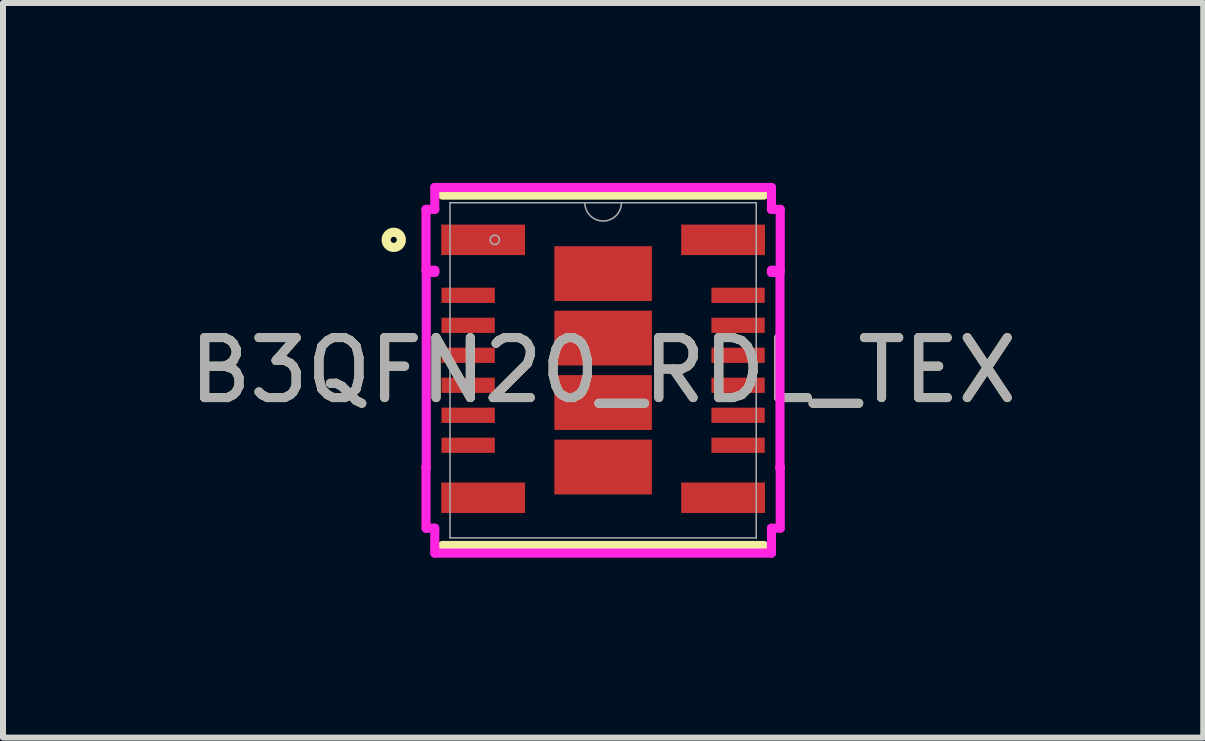
<source format=kicad_pcb>
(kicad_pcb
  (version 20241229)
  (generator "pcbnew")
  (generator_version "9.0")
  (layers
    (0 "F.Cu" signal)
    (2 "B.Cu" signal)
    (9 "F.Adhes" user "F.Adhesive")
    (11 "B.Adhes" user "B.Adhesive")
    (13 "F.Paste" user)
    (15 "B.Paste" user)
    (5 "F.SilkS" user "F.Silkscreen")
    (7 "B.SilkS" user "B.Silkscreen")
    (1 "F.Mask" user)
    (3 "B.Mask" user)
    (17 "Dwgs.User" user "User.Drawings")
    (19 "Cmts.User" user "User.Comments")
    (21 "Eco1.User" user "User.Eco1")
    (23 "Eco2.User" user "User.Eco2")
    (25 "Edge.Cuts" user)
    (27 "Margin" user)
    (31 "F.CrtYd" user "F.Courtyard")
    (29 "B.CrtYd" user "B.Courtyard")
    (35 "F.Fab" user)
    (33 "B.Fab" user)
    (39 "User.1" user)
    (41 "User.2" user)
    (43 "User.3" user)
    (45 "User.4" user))
  (footprint "B3QFN20_RDL_TEX"
    (layer "F.Cu")
    (at 7.006 3.124)
    (property "Reference" "B3QFN20_RDL_TEX" (at 0 0 0) (unlocked yes) (layer "F.SilkS") (effects (font (size 1 1) (thickness 0.15))))
    (attr smd)
    (fp_line (start -2.68 -2.921) (end 2.68 -2.921) (stroke (width 0.152) (type solid)) (layer "F.SilkS"))
    (fp_line (start 2.68 2.921) (end -2.68 2.921) (stroke (width 0.152) (type solid)) (layer "F.SilkS"))
    (fp_circle (center -3.491 -2.175) (end -3.364 -2.175) (stroke (width 0.152) (type solid)) (fill no) (layer "F.SilkS"))
    (fp_line (start -2.953 -2.683) (end -2.953 -1.667) (stroke (width 0.152) (type solid)) (layer "F.CrtYd"))
    (fp_line (start -2.953 -1.667) (end -2.807 -1.667) (stroke (width 0.152) (type solid)) (layer "F.CrtYd"))
    (fp_line (start -2.953 1.617) (end -2.953 2.633) (stroke (width 0.152) (type solid)) (layer "F.CrtYd"))
    (fp_line (start -2.953 2.633) (end -2.807 2.633) (stroke (width 0.152) (type solid)) (layer "F.CrtYd"))
    (fp_line (start -2.949 -1.631) (end -2.949 1.617) (stroke (width 0.152) (type solid)) (layer "F.CrtYd"))
    (fp_line (start -2.949 1.617) (end -2.953 1.617) (stroke (width 0.152) (type solid)) (layer "F.CrtYd"))
    (fp_line (start -2.807 -3.048) (end -2.807 -2.683) (stroke (width 0.152) (type solid)) (layer "F.CrtYd"))
    (fp_line (start -2.807 -2.683) (end -2.953 -2.683) (stroke (width 0.152) (type solid)) (layer "F.CrtYd"))
    (fp_line (start -2.807 -1.667) (end -2.807 -1.631) (stroke (width 0.152) (type solid)) (layer "F.CrtYd"))
    (fp_line (start -2.807 -1.631) (end -2.949 -1.631) (stroke (width 0.152) (type solid)) (layer "F.CrtYd"))
    (fp_line (start -2.807 2.633) (end -2.807 3.048) (stroke (width 0.152) (type solid)) (layer "F.CrtYd"))
    (fp_line (start -2.807 3.048) (end 2.807 3.048) (stroke (width 0.152) (type solid)) (layer "F.CrtYd"))
    (fp_line (start 2.807 -3.048) (end -2.807 -3.048) (stroke (width 0.152) (type solid)) (layer "F.CrtYd"))
    (fp_line (start 2.807 -2.683) (end 2.807 -3.048) (stroke (width 0.152) (type solid)) (layer "F.CrtYd"))
    (fp_line (start 2.807 -1.667) (end 2.953 -1.667) (stroke (width 0.152) (type solid)) (layer "F.CrtYd"))
    (fp_line (start 2.807 -1.631) (end 2.807 -1.667) (stroke (width 0.152) (type solid)) (layer "F.CrtYd"))
    (fp_line (start 2.807 2.633) (end 2.953 2.633) (stroke (width 0.152) (type solid)) (layer "F.CrtYd"))
    (fp_line (start 2.807 3.048) (end 2.807 2.633) (stroke (width 0.152) (type solid)) (layer "F.CrtYd"))
    (fp_line (start 2.949 -1.631) (end 2.807 -1.631) (stroke (width 0.152) (type solid)) (layer "F.CrtYd"))
    (fp_line (start 2.949 1.617) (end 2.949 1.631) (stroke (width 0.152) (type solid)) (layer "F.CrtYd"))
    (fp_line (start 2.949 1.631) (end 2.949 -1.631) (stroke (width 0.152) (type solid)) (layer "F.CrtYd"))
    (fp_line (start 2.953 -2.683) (end 2.807 -2.683) (stroke (width 0.152) (type solid)) (layer "F.CrtYd"))
    (fp_line (start 2.953 -1.667) (end 2.953 -2.683) (stroke (width 0.152) (type solid)) (layer "F.CrtYd"))
    (fp_line (start 2.953 1.617) (end 2.949 1.617) (stroke (width 0.152) (type solid)) (layer "F.CrtYd"))
    (fp_line (start 2.953 2.633) (end 2.953 1.617) (stroke (width 0.152) (type solid)) (layer "F.CrtYd"))
    (fp_line (start -2.553 -2.794) (end -2.553 2.794) (stroke (width 0.025) (type solid)) (layer "F.Fab"))
    (fp_line (start -2.553 2.794) (end 2.553 2.794) (stroke (width 0.025) (type solid)) (layer "F.Fab"))
    (fp_line (start 2.553 -2.794) (end -2.553 -2.794) (stroke (width 0.025) (type solid)) (layer "F.Fab"))
    (fp_line (start 2.553 2.794) (end 2.553 -2.794) (stroke (width 0.025) (type solid)) (layer "F.Fab"))
    (fp_arc (start 0.3048 -2.794) (mid 0 -2.4892) (end -0.3048 -2.794) (stroke (width 0.0254) (type solid)) (layer "F.Fab"))
    (fp_circle (center -1.806 -2.175) (end -1.729 -2.175) (stroke (width 0.025) (type solid)) (fill no) (layer "F.Fab"))
    (fp_text user "${REFERENCE}" (at 0 0 0) (unlocked yes) (layer "F.Fab") (effects (font (size 1 1) (thickness 0.15))))
    (pad "1" smd rect (at -2 -2.175) (size 1.397 0.508) (layers "F.Cu" "F.Mask" "F.Paste"))
    (pad "2" smd rect (at -2.25 -1.25) (size 0.889 0.254) (layers "F.Cu" "F.Mask" "F.Paste"))
    (pad "3" smd rect (at -2.25 -0.75) (size 0.889 0.254) (layers "F.Cu" "F.Mask" "F.Paste"))
    (pad "4" smd rect (at -2.25 -0.25) (size 0.889 0.254) (layers "F.Cu" "F.Mask" "F.Paste"))
    (pad "5" smd rect (at -2.25 0.25) (size 0.889 0.254) (layers "F.Cu" "F.Mask" "F.Paste"))
    (pad "6" smd rect (at -2.25 0.75) (size 0.889 0.254) (layers "F.Cu" "F.Mask" "F.Paste"))
    (pad "7" smd rect (at -2.25 1.25) (size 0.889 0.254) (layers "F.Cu" "F.Mask" "F.Paste"))
    (pad "8" smd rect (at -2 2.125) (size 1.397 0.508) (layers "F.Cu" "F.Mask" "F.Paste"))
    (pad "9" smd rect (at 2 2.125) (size 1.397 0.508) (layers "F.Cu" "F.Mask" "F.Paste"))
    (pad "10" smd rect (at 2.25 1.25) (size 0.889 0.254) (layers "F.Cu" "F.Mask" "F.Paste"))
    (pad "11" smd rect (at 2.25 0.75) (size 0.889 0.254) (layers "F.Cu" "F.Mask" "F.Paste"))
    (pad "12" smd rect (at 2.25 0.25) (size 0.889 0.254) (layers "F.Cu" "F.Mask" "F.Paste"))
    (pad "13" smd rect (at 2.25 -0.25) (size 0.889 0.254) (layers "F.Cu" "F.Mask" "F.Paste"))
    (pad "14" smd rect (at 2.25 -0.75) (size 0.889 0.254) (layers "F.Cu" "F.Mask" "F.Paste"))
    (pad "15" smd rect (at 2.25 -1.25) (size 0.889 0.254) (layers "F.Cu" "F.Mask" "F.Paste"))
    (pad "16" smd rect (at 2 -2.175) (size 1.397 0.508) (layers "F.Cu" "F.Mask" "F.Paste"))
    (pad "17" smd rect (at 0 -1.612) (size 1.626 0.914) (layers "F.Cu" "F.Mask"))
    (pad "18" smd rect (at 0 -0.537) (size 1.626 0.914) (layers "F.Cu" "F.Mask"))
    (pad "19" smd rect (at 0 0.538) (size 1.626 0.914) (layers "F.Cu" "F.Mask"))
    (pad "20" smd rect (at 0 1.613) (size 1.626 0.914) (layers "F.Cu" "F.Mask")))
  (gr_rect
    (start -3 -3)
    (end 17.012 9.248)
    (stroke (width 0.1) (type default))
    (fill no)
    (layer "Edge.Cuts")))
</source>
